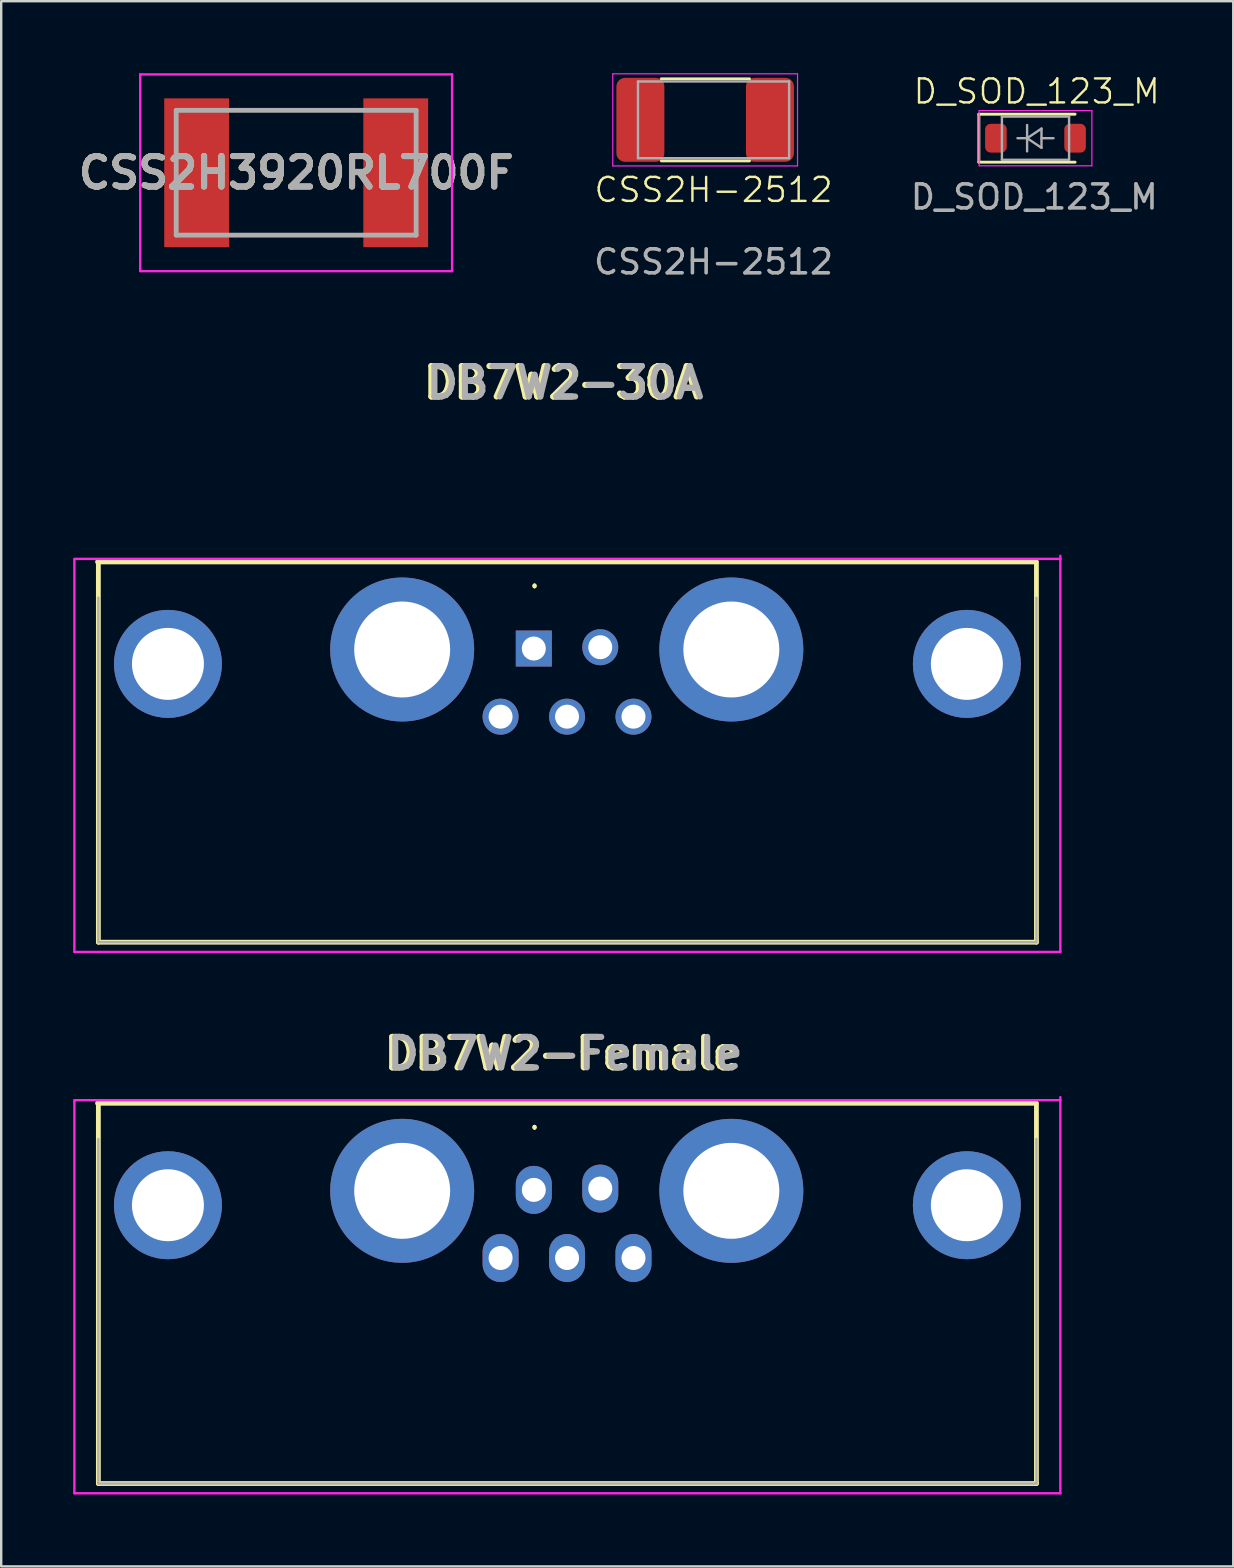
<source format=kicad_pcb>
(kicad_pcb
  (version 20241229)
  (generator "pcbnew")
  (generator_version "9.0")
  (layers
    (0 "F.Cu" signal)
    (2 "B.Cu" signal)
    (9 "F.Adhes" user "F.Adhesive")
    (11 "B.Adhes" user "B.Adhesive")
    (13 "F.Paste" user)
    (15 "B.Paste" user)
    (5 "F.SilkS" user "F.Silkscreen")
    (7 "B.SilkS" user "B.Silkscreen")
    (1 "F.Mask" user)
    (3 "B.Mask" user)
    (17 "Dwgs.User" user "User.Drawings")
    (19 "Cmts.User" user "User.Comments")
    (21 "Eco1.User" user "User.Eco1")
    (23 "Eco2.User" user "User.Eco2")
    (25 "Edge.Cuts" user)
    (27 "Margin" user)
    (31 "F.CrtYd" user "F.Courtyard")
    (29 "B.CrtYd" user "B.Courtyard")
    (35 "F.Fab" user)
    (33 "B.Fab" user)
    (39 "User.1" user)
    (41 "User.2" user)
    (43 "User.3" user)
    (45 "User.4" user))
  (footprint "DB7W2-Female"
    (layer "F.Cu")
    (at 20.573 48.142)
    (property "Reference" "DB7W2-Female" (at -0.2 -7.276 180) (layer "F.SilkS") (effects (font (size 1.27 1.27) (thickness 0.254))))
    (attr through_hole)
    (fp_line (start -19.558 -5.207) (end 19.558 -5.207) (stroke (width 0.2) (type solid)) (layer "F.SilkS"))
    (fp_line (start -19.523 10.644) (end -19.523 -5.207) (stroke (width 0.2) (type solid)) (layer "F.SilkS"))
    (fp_line (start -1.343 -4.256) (end -1.343 -4.256) (stroke (width 0.1) (type solid)) (layer "F.SilkS"))
    (fp_line (start -1.343 -4.156) (end -1.343 -4.156) (stroke (width 0.1) (type solid)) (layer "F.SilkS"))
    (fp_line (start 19.577 -5.207) (end 19.577 10.644) (stroke (width 0.2) (type solid)) (layer "F.SilkS"))
    (fp_line (start 19.577 10.644) (end -19.523 10.644) (stroke (width 0.2) (type solid)) (layer "F.SilkS"))
    (fp_arc (start -1.343 -4.256) (mid -1.293 -4.206) (end -1.343 -4.156) (stroke (width 0.1) (type solid)) (layer "F.SilkS"))
    (fp_arc (start -1.343 -4.156) (mid -1.393 -4.206) (end -1.343 -4.256) (stroke (width 0.1) (type solid)) (layer "F.SilkS"))
    (fp_line (start -20.523 -5.334) (end 20.577 -5.334) (stroke (width 0.1) (type solid)) (layer "F.CrtYd"))
    (fp_line (start -20.523 11.049) (end -20.523 -5.31) (stroke (width 0.1) (type solid)) (layer "F.CrtYd"))
    (fp_line (start 20.574 -5.461) (end 20.574 11.049) (stroke (width 0.1) (type solid)) (layer "F.CrtYd"))
    (fp_line (start 20.577 11.049) (end -20.523 11.049) (stroke (width 0.1) (type solid)) (layer "F.CrtYd"))
    (fp_line (start -19.523 10.644) (end -19.523 -3.716) (stroke (width 0.1) (type solid)) (layer "F.Fab"))
    (fp_line (start 19.577 -3.716) (end 19.577 10.644) (stroke (width 0.1) (type solid)) (layer "F.Fab"))
    (fp_line (start 19.577 10.644) (end -19.523 10.644) (stroke (width 0.1) (type solid)) (layer "F.Fab"))
    (fp_text user "${REFERENCE}" (at -0.073 -7.276 180) (layer "F.Fab") (effects (font (size 1.27 1.27) (thickness 0.254))))
    (pad "" thru_hole circle (at -16.623 -0.956 180) (size 4.5 4.5) (drill 3) (layers "*.Cu" "*.Mask"))
    (pad "" thru_hole circle (at 16.677 -0.956 180) (size 4.5 4.5) (drill 3) (layers "*.Cu" "*.Mask"))
    (pad "1" thru_hole oval (at 1.397 -1.651 180) (size 1.5 2) (drill 1) (layers "*.Cu" "*.Mask"))
    (pad "2" thru_hole oval (at -1.373 -1.596 180) (size 1.5 2) (drill 1) (layers "*.Cu" "*.Mask"))
    (pad "3" thru_hole oval (at 2.782 1.244 180) (size 1.5 2) (drill 1) (layers "*.Cu" "*.Mask"))
    (pad "4" thru_hole oval (at 0.012 1.244 180) (size 1.5 2) (drill 1) (layers "*.Cu" "*.Mask"))
    (pad "5" thru_hole oval (at -2.758 1.244) (size 1.5 2) (drill 1) (layers "*.Cu" "*.Mask"))
    (pad "8" thru_hole circle (at 6.86 -1.556 180) (size 6 6) (drill 4) (layers "*.Cu" "*.Mask"))
    (pad "9" thru_hole circle (at -6.86 -1.556 180) (size 6 6) (drill 4) (layers "*.Cu" "*.Mask")))
  (footprint "CSS2H-2512"
    (layer "F.Cu")
    (at 26.342 1.865)
    (property "Reference" "CSS2H-2512" (at 0.35 3 0) (unlocked yes) (layer "F.SilkS") (effects (font (size 1 1) (thickness 0.1))))
    (attr smd)
    (fp_line (start -1.827 -1.63) (end 1.85 -1.63) (stroke (width 0.12) (type solid)) (layer "F.SilkS"))
    (fp_line (start -1.827 1.79) (end 1.85 1.79) (stroke (width 0.12) (type solid)) (layer "F.SilkS"))
    (fp_line (start -3.85 -1.84) (end 3.85 -1.84) (stroke (width 0.05) (type solid)) (layer "F.CrtYd"))
    (fp_line (start -3.85 2) (end -3.85 -1.84) (stroke (width 0.05) (type solid)) (layer "F.CrtYd"))
    (fp_line (start 3.85 -1.84) (end 3.85 2) (stroke (width 0.05) (type solid)) (layer "F.CrtYd"))
    (fp_line (start 3.85 2) (end -3.85 2) (stroke (width 0.05) (type solid)) (layer "F.CrtYd"))
    (fp_line (start -2.8 -1.52) (end 3.5 -1.52) (stroke (width 0.1) (type solid)) (layer "F.Fab"))
    (fp_line (start -2.8 1.68) (end -2.8 -1.52) (stroke (width 0.1) (type solid)) (layer "F.Fab"))
    (fp_line (start 3.5 -1.52) (end 3.5 1.68) (stroke (width 0.1) (type solid)) (layer "F.Fab"))
    (fp_line (start 3.5 1.68) (end -2.8 1.68) (stroke (width 0.1) (type solid)) (layer "F.Fab"))
    (fp_text user "${REFERENCE}" (at 0.35 6 0) (unlocked yes) (layer "F.Fab") (effects (font (size 1 1) (thickness 0.15))))
    (pad "1" smd roundrect (at -2.7 0.08) (size 2 3.5) (layers "F.Cu" "F.Mask" "F.Paste") (roundrect_rratio 0.179))
    (pad "2" smd roundrect (at 2.7 0.08) (size 2 3.5) (layers "F.Cu" "F.Mask" "F.Paste") (roundrect_rratio 0.179)))
  (footprint "D_SOD_123_M"
    (layer "F.Cu")
    (at 40.061 2.66)
    (property "Reference" "D_SOD_123_M" (at 0.1 -1.9 0) (unlocked yes) (layer "F.SilkS") (effects (font (size 1 1) (thickness 0.1))))
    (attr smd)
    (fp_line (start -2.31 -0.95) (end -2.31 1.05) (stroke (width 0.12) (type solid)) (layer "F.SilkS"))
    (fp_line (start -2.31 -0.95) (end 1.7 -0.95) (stroke (width 0.12) (type solid)) (layer "F.SilkS"))
    (fp_line (start -2.31 1.05) (end 1.7 1.05) (stroke (width 0.12) (type solid)) (layer "F.SilkS"))
    (fp_line (start -2.3 -1.1) (end -2.3 1.2) (stroke (width 0.05) (type solid)) (layer "F.CrtYd"))
    (fp_line (start -2.3 -1.1) (end 2.4 -1.1) (stroke (width 0.05) (type solid)) (layer "F.CrtYd"))
    (fp_line (start 2.4 -1.1) (end 2.4 1.2) (stroke (width 0.05) (type solid)) (layer "F.CrtYd"))
    (fp_line (start 2.4 1.2) (end -2.3 1.2) (stroke (width 0.05) (type solid)) (layer "F.CrtYd"))
    (fp_line (start -1.35 -0.85) (end 1.45 -0.85) (stroke (width 0.1) (type solid)) (layer "F.Fab"))
    (fp_line (start -1.35 0.95) (end -1.35 -0.85) (stroke (width 0.1) (type solid)) (layer "F.Fab"))
    (fp_line (start -0.7 0.05) (end -0.3 0.05) (stroke (width 0.1) (type solid)) (layer "F.Fab"))
    (fp_line (start -0.3 0.05) (end -0.3 -0.5) (stroke (width 0.1) (type solid)) (layer "F.Fab"))
    (fp_line (start -0.3 0.05) (end -0.3 0.6) (stroke (width 0.1) (type solid)) (layer "F.Fab"))
    (fp_line (start -0.3 0.05) (end 0.3 -0.35) (stroke (width 0.1) (type solid)) (layer "F.Fab"))
    (fp_line (start 0.3 -0.35) (end 0.3 0.45) (stroke (width 0.1) (type solid)) (layer "F.Fab"))
    (fp_line (start 0.3 0.05) (end 0.8 0.05) (stroke (width 0.1) (type solid)) (layer "F.Fab"))
    (fp_line (start 0.3 0.45) (end -0.3 0.05) (stroke (width 0.1) (type solid)) (layer "F.Fab"))
    (fp_line (start 1.45 -0.85) (end 1.45 0.95) (stroke (width 0.1) (type solid)) (layer "F.Fab"))
    (fp_line (start 1.45 0.95) (end -1.35 0.95) (stroke (width 0.1) (type solid)) (layer "F.Fab"))
    (fp_text user "${REFERENCE}" (at 0 2.5 0) (unlocked yes) (layer "F.Fab") (effects (font (size 1 1) (thickness 0.15))))
    (pad "1" smd roundrect (at -1.6 0.05) (size 0.9 1.2) (layers "F.Cu" "F.Mask" "F.Paste") (roundrect_rratio 0.25))
    (pad "2" smd roundrect (at 1.7 0.05) (size 0.9 1.2) (layers "F.Cu" "F.Mask" "F.Paste") (roundrect_rratio 0.25)))
  (footprint "CSS2H3920RL700F"
    (layer "F.Cu")
    (at 9.295 4.15)
    (property "Reference" "CSS2H3920RL700F" (at 0 0 0) (layer "F.SilkS") (effects (font (size 1.27 1.27) (thickness 0.254))))
    (attr smd)
    (fp_line (start -2 -2.6) (end 2 -2.6) (stroke (width 0.1) (type solid)) (layer "F.SilkS"))
    (fp_line (start -2 2.6) (end 1.5 2.6) (stroke (width 0.1) (type solid)) (layer "F.SilkS"))
    (fp_line (start -6.5 -4.1) (end 6.5 -4.1) (stroke (width 0.1) (type solid)) (layer "F.CrtYd"))
    (fp_line (start -6.5 4.1) (end -6.5 -4.1) (stroke (width 0.1) (type solid)) (layer "F.CrtYd"))
    (fp_line (start 6.5 -4.1) (end 6.5 4.1) (stroke (width 0.1) (type solid)) (layer "F.CrtYd"))
    (fp_line (start 6.5 4.1) (end -6.5 4.1) (stroke (width 0.1) (type solid)) (layer "F.CrtYd"))
    (fp_line (start -5 -2.6) (end 5 -2.6) (stroke (width 0.2) (type solid)) (layer "F.Fab"))
    (fp_line (start -5 2.6) (end -5 -2.6) (stroke (width 0.2) (type solid)) (layer "F.Fab"))
    (fp_line (start 5 -2.6) (end 5 2.6) (stroke (width 0.2) (type solid)) (layer "F.Fab"))
    (fp_line (start 5 2.6) (end -5 2.6) (stroke (width 0.2) (type solid)) (layer "F.Fab"))
    (fp_text user "${REFERENCE}" (at 0 0 0) (layer "F.Fab") (effects (font (size 1.27 1.27) (thickness 0.254))))
    (pad "1" smd rect (at -4.15 0) (size 2.7 6.2) (layers "F.Cu" "F.Mask" "F.Paste"))
    (pad "2" smd rect (at 4.15 0) (size 2.7 6.2) (layers "F.Cu" "F.Mask" "F.Paste")))
  (footprint "DB7W2-30A"
    (layer "F.Cu")
    (at 20.573 25.578)
    (property "Reference" "DB7W2-30A" (at -0.2 -12.676 180) (layer "F.SilkS") (effects (font (size 1.27 1.27) (thickness 0.254))))
    (attr through_hole)
    (fp_line (start -19.558 -5.207) (end 19.558 -5.207) (stroke (width 0.2) (type solid)) (layer "F.SilkS"))
    (fp_line (start -19.523 10.644) (end -19.523 -5.207) (stroke (width 0.2) (type solid)) (layer "F.SilkS"))
    (fp_line (start -1.343 -4.256) (end -1.343 -4.256) (stroke (width 0.1) (type solid)) (layer "F.SilkS"))
    (fp_line (start -1.343 -4.156) (end -1.343 -4.156) (stroke (width 0.1) (type solid)) (layer "F.SilkS"))
    (fp_line (start 19.577 -5.207) (end 19.577 10.644) (stroke (width 0.2) (type solid)) (layer "F.SilkS"))
    (fp_line (start 19.577 10.644) (end -19.523 10.644) (stroke (width 0.2) (type solid)) (layer "F.SilkS"))
    (fp_arc (start -1.343 -4.256) (mid -1.293 -4.206) (end -1.343 -4.156) (stroke (width 0.1) (type solid)) (layer "F.SilkS"))
    (fp_arc (start -1.343 -4.156) (mid -1.393 -4.206) (end -1.343 -4.256) (stroke (width 0.1) (type solid)) (layer "F.SilkS"))
    (fp_line (start -20.523 -5.334) (end 20.577 -5.334) (stroke (width 0.1) (type solid)) (layer "F.CrtYd"))
    (fp_line (start -20.523 11.049) (end -20.523 -5.31) (stroke (width 0.1) (type solid)) (layer "F.CrtYd"))
    (fp_line (start 20.574 -5.461) (end 20.574 11.049) (stroke (width 0.1) (type solid)) (layer "F.CrtYd"))
    (fp_line (start 20.577 11.049) (end -20.523 11.049) (stroke (width 0.1) (type solid)) (layer "F.CrtYd"))
    (fp_line (start -19.523 10.644) (end -19.523 -3.716) (stroke (width 0.1) (type solid)) (layer "F.Fab"))
    (fp_line (start 19.577 -3.716) (end 19.577 10.644) (stroke (width 0.1) (type solid)) (layer "F.Fab"))
    (fp_line (start 19.577 10.644) (end -19.523 10.644) (stroke (width 0.1) (type solid)) (layer "F.Fab"))
    (fp_text user "${REFERENCE}" (at -0.073 -12.676 180) (layer "F.Fab") (effects (font (size 1.27 1.27) (thickness 0.254))))
    (pad "1" thru_hole circle (at -6.86 -1.556 180) (size 6 6) (drill 4) (layers "*.Cu" "*.Mask"))
    (pad "2" thru_hole circle (at 6.86 -1.556 180) (size 6 6) (drill 4) (layers "*.Cu" "*.Mask"))
    (pad "3" thru_hole circle (at -2.758 1.244) (size 1.5 1.5) (drill 1) (layers "*.Cu" "*.Mask"))
    (pad "4" thru_hole circle (at 0.012 1.244 180) (size 1.5 1.5) (drill 1) (layers "*.Cu" "*.Mask"))
    (pad "5" thru_hole circle (at 2.782 1.244 180) (size 1.5 1.5) (drill 1) (layers "*.Cu" "*.Mask"))
    (pad "6" thru_hole rect (at -1.373 -1.596 180) (size 1.5 1.5) (drill 1) (layers "*.Cu" "*.Mask"))
    (pad "7" thru_hole circle (at 1.397 -1.651 180) (size 1.5 1.5) (drill 1) (layers "*.Cu" "*.Mask"))
    (pad "8" thru_hole circle (at -16.623 -0.956 180) (size 4.5 4.5) (drill 3) (layers "*.Cu" "*.Mask"))
    (pad "8" thru_hole circle (at 16.677 -0.956 180) (size 4.5 4.5) (drill 3) (layers "*.Cu" "*.Mask")))
  (gr_rect
    (start -3 -3)
    (end 48.353 62.241)
    (stroke (width 0.1) (type default))
    (fill no)
    (layer "Edge.Cuts")))
</source>
